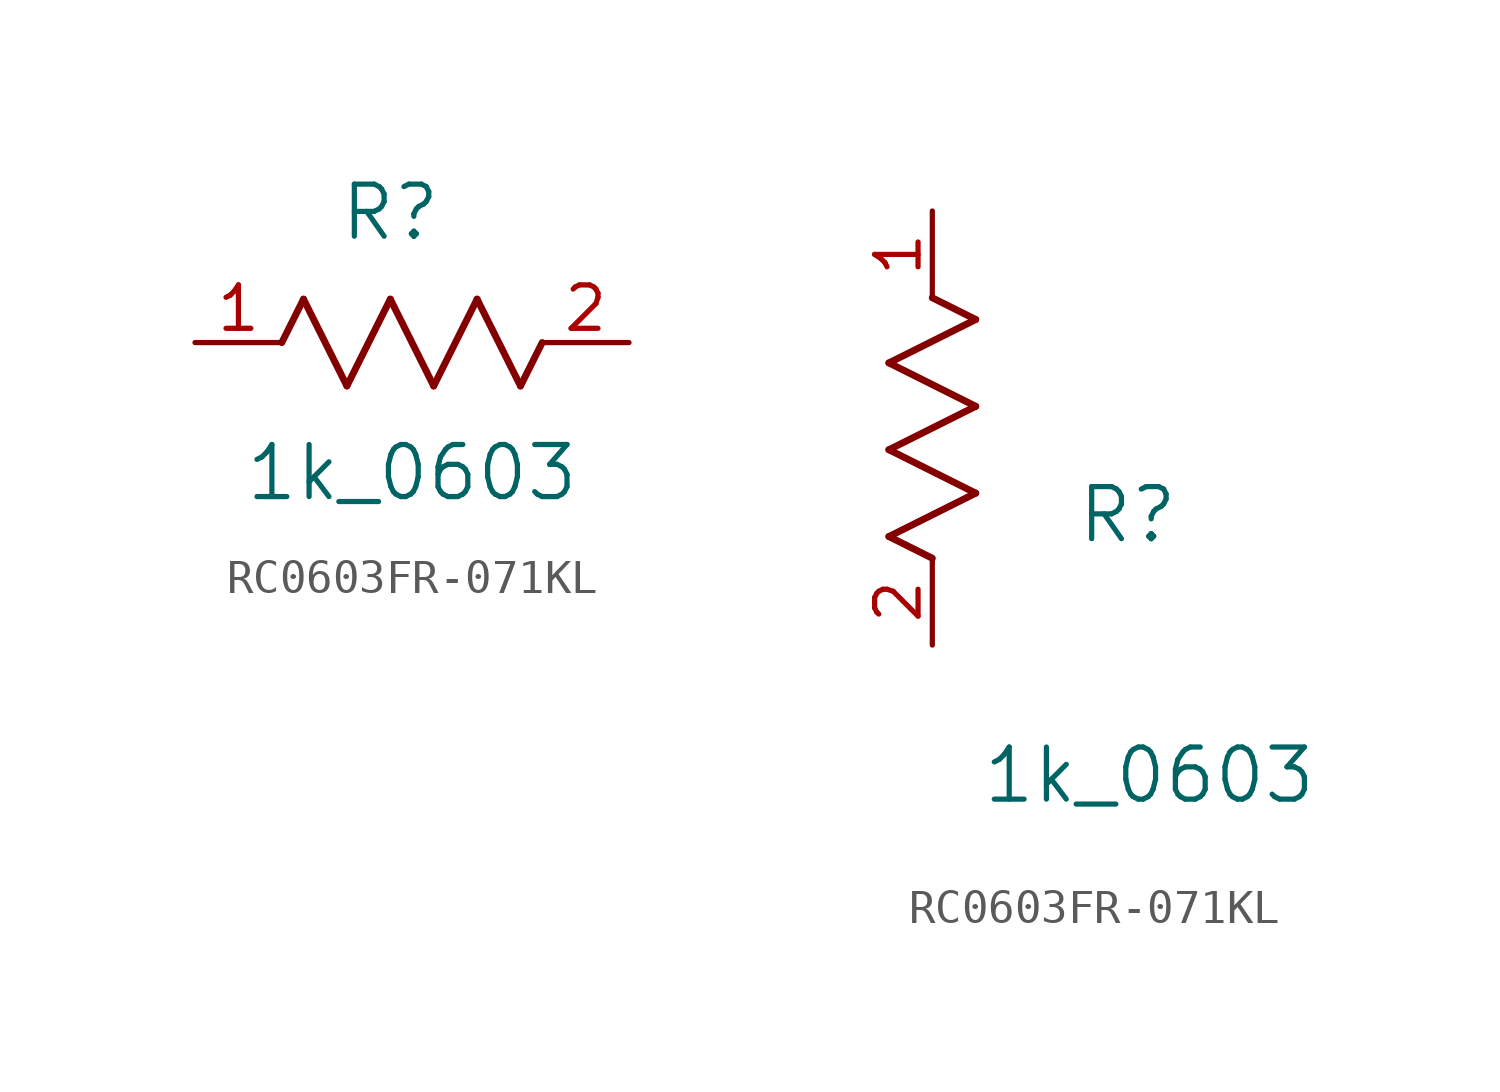
<source format=kicad_sym>
(kicad_symbol_lib
  (version 20220914)
  (generator kicad_symbol_editor)
  (symbol "RC0603FR-071KL"
    (pin_names
      (offset 0.254))
    (property "Reference" "R"
      (at 5.715 3.81 0)
      (effects (font (size 1.524 1.524))))
    (property "Value" "1k_0603"
      (at 6.35 -3.81 0)
      (effects (font (size 1.524 1.524))))
    (symbol "RC0603FR-071KL_1_1"
      (polyline (pts (xy 2.54 0) (xy 3.175 1.27)) (stroke (width 0.203) (type default)) (fill (type none)))
      (polyline (pts (xy 3.175 1.27) (xy 4.445 -1.27)) (stroke (width 0.203) (type default)) (fill (type none)))
      (polyline (pts (xy 4.445 -1.27) (xy 5.715 1.27)) (stroke (width 0.203) (type default)) (fill (type none)))
      (polyline (pts (xy 5.715 1.27) (xy 6.985 -1.27)) (stroke (width 0.203) (type default)) (fill (type none)))
      (polyline (pts (xy 6.985 -1.27) (xy 8.255 1.27)) (stroke (width 0.203) (type default)) (fill (type none)))
      (polyline (pts (xy 8.255 1.27) (xy 9.525 -1.27)) (stroke (width 0.203) (type default)) (fill (type none)))
      (polyline (pts (xy 9.525 -1.27) (xy 10.16 0)) (stroke (width 0.203) (type default)) (fill (type none)))
      (pin unspecified line (at 0 0 0) (length 2.54) (name "" (effects (font (size 1.27 1.27)))) (number "1" (effects (font (size 1.27 1.27)))))
      (pin unspecified line (at 12.7 0 180) (length 2.54) (name "" (effects (font (size 1.27 1.27)))) (number "2" (effects (font (size 1.27 1.27))))))
    (symbol "RC0603FR-071KL_1_2"
      (polyline (pts (xy -1.27 3.175) (xy 1.27 4.445)) (stroke (width 0.203) (type default)) (fill (type none)))
      (polyline (pts (xy -1.27 5.715) (xy 1.27 6.985)) (stroke (width 0.203) (type default)) (fill (type none)))
      (polyline (pts (xy -1.27 8.255) (xy 1.27 9.525)) (stroke (width 0.203) (type default)) (fill (type none)))
      (polyline (pts (xy 0 2.54) (xy -1.27 3.175)) (stroke (width 0.203) (type default)) (fill (type none)))
      (polyline (pts (xy 1.27 4.445) (xy -1.27 5.715)) (stroke (width 0.203) (type default)) (fill (type none)))
      (polyline (pts (xy 1.27 6.985) (xy -1.27 8.255)) (stroke (width 0.203) (type default)) (fill (type none)))
      (polyline (pts (xy 1.27 9.525) (xy 0 10.16)) (stroke (width 0.203) (type default)) (fill (type none)))
      (pin unspecified line (at 0 12.7 270) (length 2.54) (name "" (effects (font (size 1.27 1.27)))) (number "1" (effects (font (size 1.27 1.27)))))
      (pin unspecified line (at 0 0 90) (length 2.54) (name "" (effects (font (size 1.27 1.27)))) (number "2" (effects (font (size 1.27 1.27))))))))
</source>
